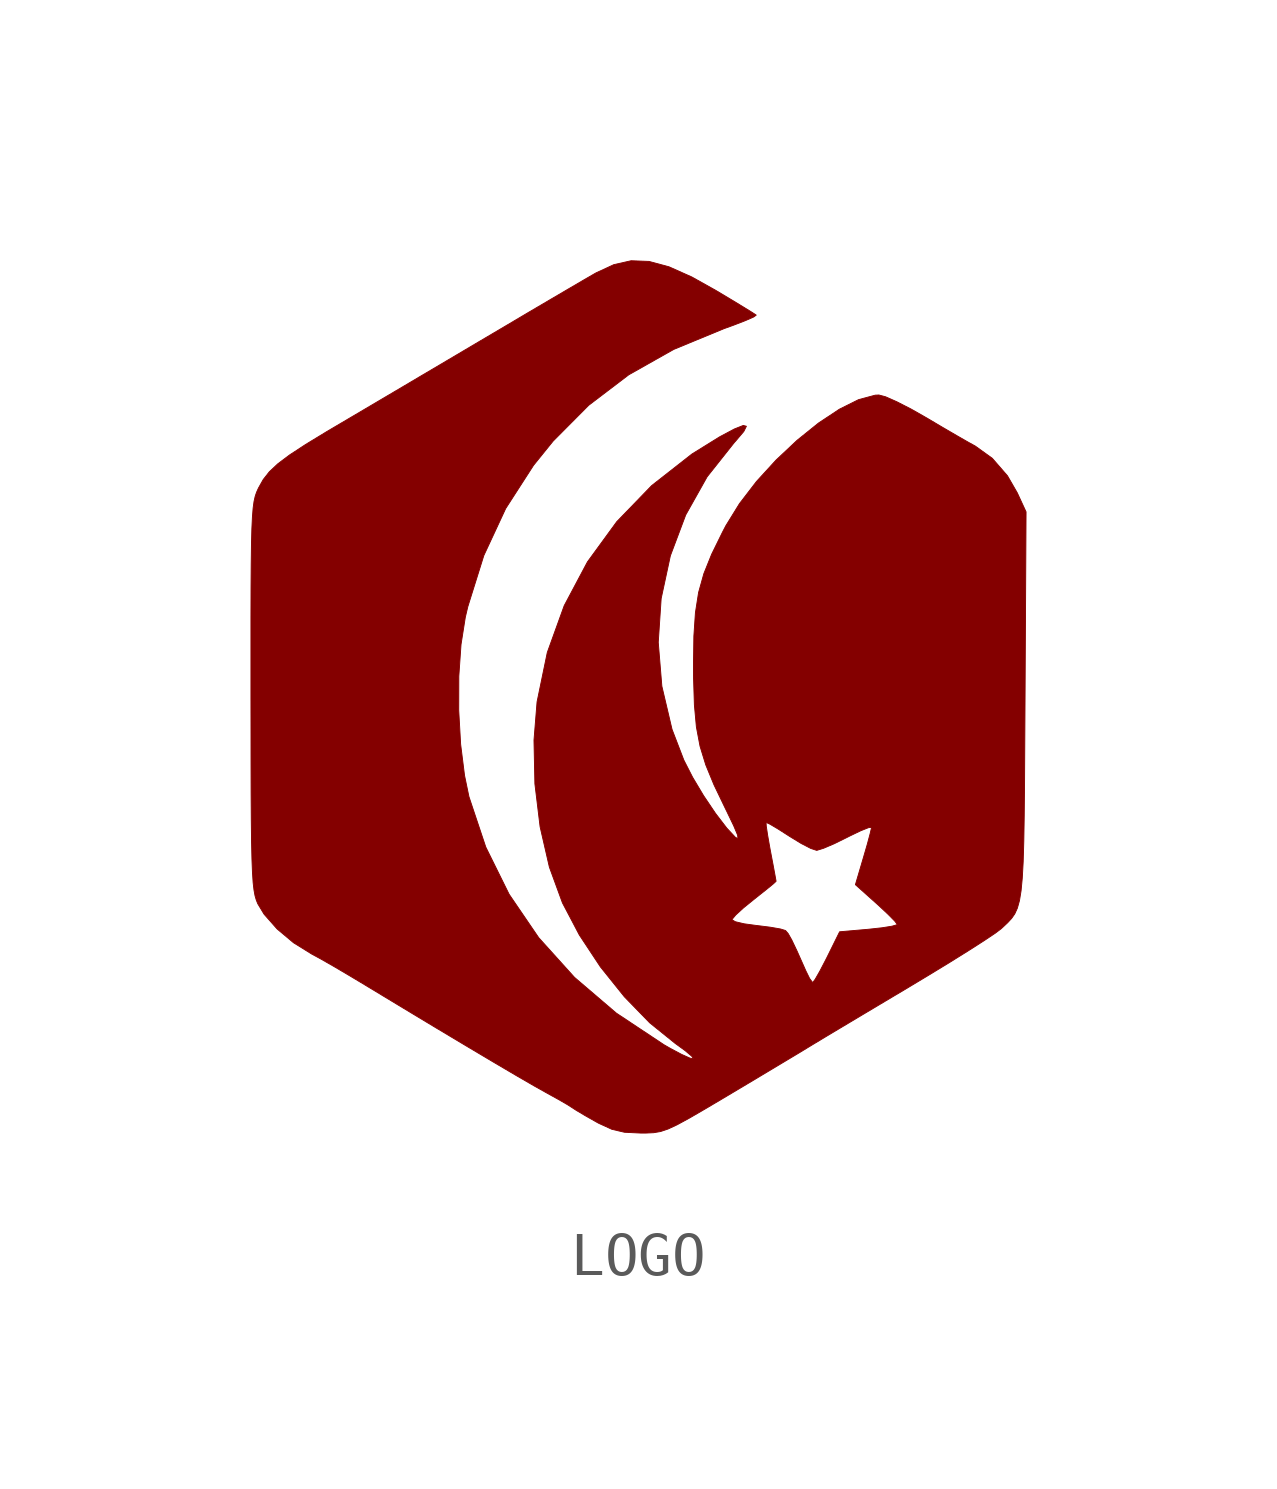
<source format=kicad_sym>
(kicad_symbol_lib
  (version 20220914)
  (generator "bitmap2component")
  (generator_version "9.0")
  (symbol "LOGO"
    (pin_names
      (offset 1.016))
    (property "Reference" "#G"
      (at 0 11.684 0)
      (effects (font (size 1.27 1.27)) hide))
    (symbol "LOGO_0_0"
      (polyline (pts (xy 0.268 -10.624) (xy 0.439 -10.616) (xy 0.597 -10.589) (xy 0.77 -10.531) (xy 0.982 -10.432) (xy 1.261 -10.28) (xy 1.633 -10.064) (xy 2.124 -9.773) (xy 2.59 -9.495) (xy 3.045 -9.223) (xy 3.45 -8.98) (xy 3.772 -8.787) (xy 3.979 -8.661) (xy 4.119 -8.576) (xy 4.406 -8.403) (xy 4.794 -8.171) (xy 5.256 -7.895) (xy 5.769 -7.589) (xy 6.308 -7.268) (xy 6.757 -6.998) (xy 7.253 -6.696) (xy 7.692 -6.422) (xy 8.053 -6.191) (xy 8.313 -6.017) (xy 8.448 -5.915) (xy 8.495 -5.872) (xy 8.6 -5.773) (xy 8.689 -5.677) (xy 8.763 -5.571) (xy 8.823 -5.439) (xy 8.871 -5.267) (xy 8.908 -5.041) (xy 8.936 -4.747) (xy 8.957 -4.369) (xy 8.971 -3.894) (xy 8.981 -3.308) (xy 8.988 -2.595) (xy 8.993 -1.742) (xy 8.999 -0.734) (xy 9.023 3.697) (xy 8.821 4.135) (xy 8.594 4.529) (xy 8.244 4.932) (xy 7.85 5.215) (xy 7.699 5.298) (xy 7.434 5.45) (xy 7.099 5.645) (xy 6.731 5.863) (xy 6.374 6.066) (xy 6.044 6.235) (xy 5.784 6.35) (xy 5.63 6.391) (xy 5.546 6.387) (xy 5.162 6.284) (xy 4.719 6.063) (xy 4.238 5.744) (xy 3.744 5.346) (xy 3.26 4.891) (xy 2.809 4.398) (xy 2.416 3.886) (xy 2.102 3.377) (xy 2.025 3.229) (xy 1.775 2.72) (xy 1.595 2.272) (xy 1.474 1.839) (xy 1.401 1.374) (xy 1.365 0.833) (xy 1.356 0.169) (xy 1.358 -0.146) (xy 1.377 -0.755) (xy 1.423 -1.261) (xy 1.507 -1.706) (xy 1.639 -2.136) (xy 1.828 -2.595) (xy 2.084 -3.128) (xy 2.117 -3.195) (xy 2.284 -3.542) (xy 2.372 -3.752) (xy 2.383 -3.837) (xy 2.322 -3.806) (xy 2.125 -3.595) (xy 1.863 -3.253) (xy 1.589 -2.846) (xy 1.336 -2.422) (xy 1.134 -2.027) (xy 0.861 -1.316) (xy 0.627 -0.323) (xy 0.544 0.689) (xy 0.611 1.698) (xy 0.823 2.684) (xy 1.177 3.626) (xy 1.67 4.504) (xy 2.299 5.297) (xy 2.327 5.327) (xy 2.516 5.55) (xy 2.576 5.67) (xy 2.504 5.689) (xy 2.3 5.608) (xy 1.96 5.427) (xy 1.323 5.032) (xy 0.394 4.304) (xy -0.412 3.471) (xy -1.088 2.544) (xy -1.624 1.535) (xy -2.014 0.455) (xy -2.25 -0.684) (xy -2.321 -1.568) (xy -2.3 -2.573) (xy -2.18 -3.563) (xy -1.966 -4.493) (xy -1.664 -5.319) (xy -1.46 -5.706) (xy 2.244 -5.706) (xy 2.246 -5.698) (xy 2.329 -5.598) (xy 2.508 -5.434) (xy 2.752 -5.236) (xy 2.802 -5.196) (xy 3.034 -5.012) (xy 3.198 -4.878) (xy 3.26 -4.82) (xy 3.259 -4.812) (xy 3.237 -4.689) (xy 3.193 -4.451) (xy 3.134 -4.141) (xy 3.118 -4.056) (xy 3.066 -3.761) (xy 3.034 -3.549) (xy 3.029 -3.462) (xy 3.03 -3.462) (xy 3.118 -3.503) (xy 3.305 -3.614) (xy 3.555 -3.774) (xy 3.567 -3.782) (xy 3.835 -3.946) (xy 4.059 -4.062) (xy 4.192 -4.106) (xy 4.203 -4.106) (xy 4.355 -4.059) (xy 4.601 -3.954) (xy 4.893 -3.81) (xy 4.954 -3.779) (xy 5.212 -3.655) (xy 5.393 -3.583) (xy 5.461 -3.577) (xy 5.46 -3.587) (xy 5.429 -3.72) (xy 5.364 -3.963) (xy 5.275 -4.269) (xy 5.089 -4.898) (xy 5.571 -5.329) (xy 5.619 -5.372) (xy 5.84 -5.579) (xy 5.995 -5.736) (xy 6.054 -5.814) (xy 6.048 -5.821) (xy 5.933 -5.855) (xy 5.7 -5.892) (xy 5.389 -5.926) (xy 4.725 -5.984) (xy 4.437 -6.567) (xy 4.406 -6.628) (xy 4.268 -6.893) (xy 4.161 -7.08) (xy 4.106 -7.152) (xy 4.099 -7.15) (xy 4.033 -7.06) (xy 3.944 -6.879) (xy 3.911 -6.804) (xy 3.742 -6.424) (xy 3.622 -6.172) (xy 3.538 -6.024) (xy 3.478 -5.955) (xy 3.36 -5.919) (xy 3.124 -5.878) (xy 2.822 -5.84) (xy 2.809 -5.839) (xy 2.524 -5.8) (xy 2.321 -5.752) (xy 2.244 -5.706) (xy -1.46 -5.706) (xy -1.276 -6.057) (xy -0.789 -6.794) (xy -0.237 -7.482) (xy 0.347 -8.083) (xy 0.933 -8.556) (xy 0.934 -8.557) (xy 1.162 -8.723) (xy 1.314 -8.851) (xy 1.359 -8.914) (xy 1.273 -8.896) (xy 1.083 -8.811) (xy 0.829 -8.676) (xy 0.677 -8.589) (xy -0.423 -7.859) (xy -1.387 -7.035) (xy -2.212 -6.12) (xy -2.895 -5.118) (xy -3.432 -4.032) (xy -3.821 -2.868) (xy -3.922 -2.38) (xy -4.012 -1.66) (xy -4.056 -0.88) (xy -4.054 -0.095) (xy -4.003 0.639) (xy -3.904 1.267) (xy -3.847 1.509) (xy -3.477 2.691) (xy -2.973 3.774) (xy -2.331 4.77) (xy -1.881 5.327) (xy -1.059 6.154) (xy -0.137 6.856) (xy 0.899 7.441) (xy 2.059 7.92) (xy 2.278 7.999) (xy 2.559 8.108) (xy 2.745 8.19) (xy 2.802 8.232) (xy 2.801 8.234) (xy 2.708 8.295) (xy 2.501 8.423) (xy 2.209 8.6) (xy 1.861 8.808) (xy 1.317 9.112) (xy 0.79 9.347) (xy 0.333 9.47) (xy -0.081 9.486) (xy -0.48 9.396) (xy -0.889 9.207) (xy -0.938 9.179) (xy -1.156 9.053) (xy -1.491 8.857) (xy -1.919 8.606) (xy -2.421 8.311) (xy -2.973 7.984) (xy -3.556 7.64) (xy -3.666 7.575) (xy -4.293 7.204) (xy -4.921 6.833) (xy -5.521 6.478) (xy -6.063 6.158) (xy -6.519 5.889) (xy -6.858 5.689) (xy -7.102 5.545) (xy -7.588 5.249) (xy -7.956 5.008) (xy -8.227 4.804) (xy -8.422 4.621) (xy -8.563 4.441) (xy -8.672 4.247) (xy -8.68 4.23) (xy -8.718 4.145) (xy -8.749 4.052) (xy -8.775 3.936) (xy -8.796 3.782) (xy -8.812 3.577) (xy -8.825 3.304) (xy -8.834 2.95) (xy -8.84 2.499) (xy -8.844 1.938) (xy -8.846 1.252) (xy -8.846 0.425) (xy -8.846 -0.556) (xy -8.845 -1.164) (xy -8.844 -2.056) (xy -8.842 -2.802) (xy -8.838 -3.416) (xy -8.832 -3.913) (xy -8.823 -4.308) (xy -8.811 -4.614) (xy -8.796 -4.848) (xy -8.776 -5.022) (xy -8.752 -5.153) (xy -8.723 -5.253) (xy -8.688 -5.339) (xy -8.543 -5.579) (xy -8.243 -5.919) (xy -7.863 -6.238) (xy -7.451 -6.494) (xy -7.45 -6.495) (xy -7.245 -6.606) (xy -6.937 -6.782) (xy -6.569 -6.999) (xy -6.181 -7.232) (xy -6.15 -7.251) (xy -5.318 -7.754) (xy -4.543 -8.221) (xy -3.839 -8.642) (xy -3.22 -9.01) (xy -2.702 -9.315) (xy -2.299 -9.548) (xy -2.026 -9.701) (xy -1.769 -9.843) (xy -1.549 -9.97) (xy -1.429 -10.047) (xy -1.34 -10.105) (xy -1.136 -10.226) (xy -0.878 -10.372) (xy -0.829 -10.399) (xy -0.525 -10.538) (xy -0.234 -10.606) (xy 0.134 -10.624) (xy 0.268 -10.624)) (stroke (width 0.01) (type default)) (fill (type outline))))))
</source>
